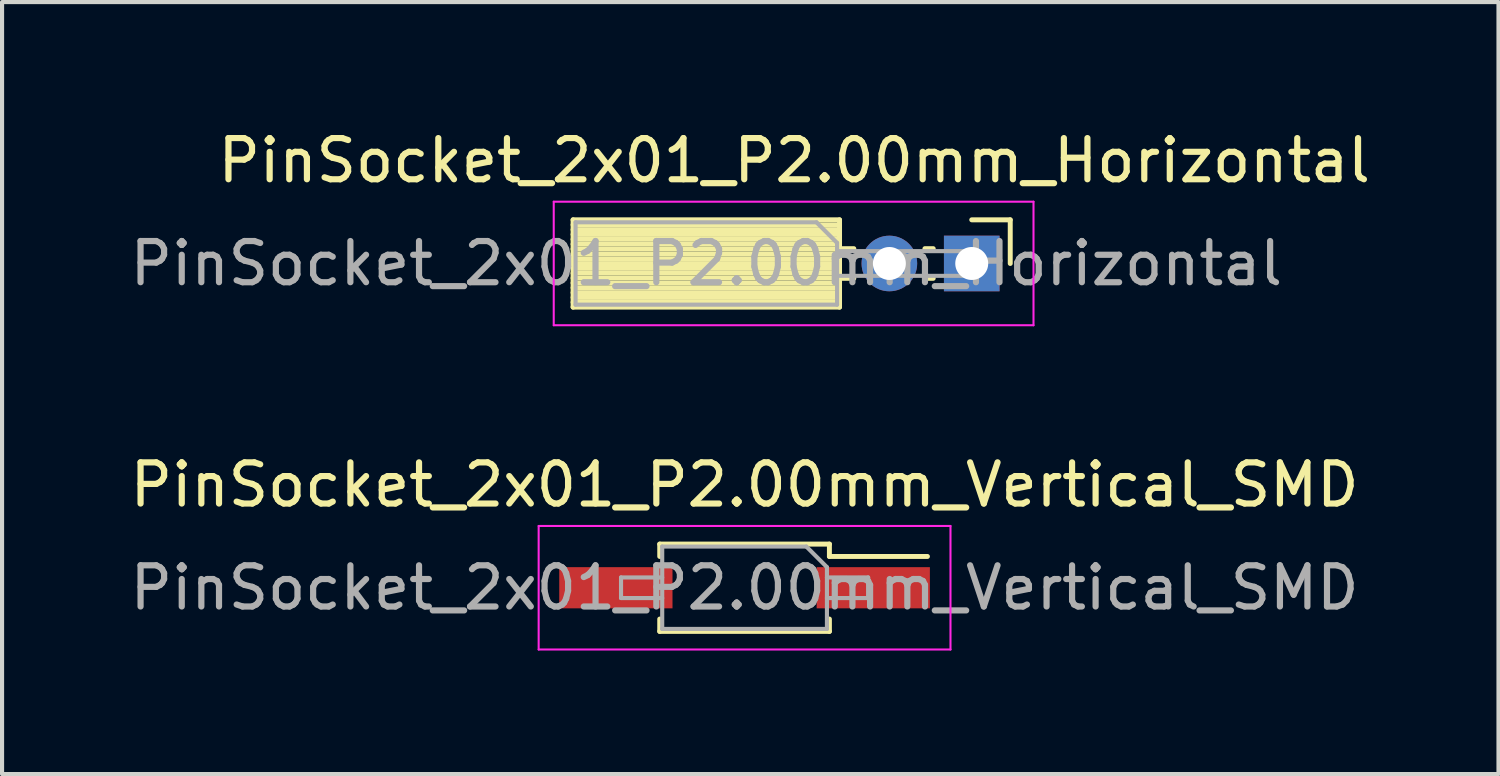
<source format=kicad_pcb>
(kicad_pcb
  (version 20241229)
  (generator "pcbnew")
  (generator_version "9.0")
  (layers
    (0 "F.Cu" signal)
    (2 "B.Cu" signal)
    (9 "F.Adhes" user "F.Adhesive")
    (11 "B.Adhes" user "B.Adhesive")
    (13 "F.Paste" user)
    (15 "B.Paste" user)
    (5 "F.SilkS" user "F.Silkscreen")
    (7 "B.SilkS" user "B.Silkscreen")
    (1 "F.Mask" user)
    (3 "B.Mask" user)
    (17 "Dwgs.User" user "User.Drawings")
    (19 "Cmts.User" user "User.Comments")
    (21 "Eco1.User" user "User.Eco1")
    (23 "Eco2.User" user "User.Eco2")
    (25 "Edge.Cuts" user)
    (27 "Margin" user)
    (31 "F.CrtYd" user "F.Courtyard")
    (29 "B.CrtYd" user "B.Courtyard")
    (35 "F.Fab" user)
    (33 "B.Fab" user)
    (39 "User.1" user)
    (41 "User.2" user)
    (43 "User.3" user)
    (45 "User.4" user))
  (footprint "PinSocket_2x01_P2.00mm_Vertical_SMD"
    (layer "F.Cu")
    (at 15.03 11.222)
    (property "Reference" "PinSocket_2x01_P2.00mm_Vertical_SMD" (at 0 -2.5 0) (layer "F.SilkS") (effects (font (size 1 1) (thickness 0.15))))
    (attr smd)
    (fp_line (start -2.06 -1.06) (end -2.06 -0.76) (stroke (width 0.12) (type solid)) (layer "F.SilkS"))
    (fp_line (start -2.06 -1.06) (end 2.06 -1.06) (stroke (width 0.12) (type solid)) (layer "F.SilkS"))
    (fp_line (start -2.06 0.76) (end -2.06 1.06) (stroke (width 0.12) (type solid)) (layer "F.SilkS"))
    (fp_line (start -2.06 1.06) (end 2.06 1.06) (stroke (width 0.12) (type solid)) (layer "F.SilkS"))
    (fp_line (start 2.06 -1.06) (end 2.06 -0.76) (stroke (width 0.12) (type solid)) (layer "F.SilkS"))
    (fp_line (start 2.06 -0.76) (end 4.44 -0.76) (stroke (width 0.12) (type solid)) (layer "F.SilkS"))
    (fp_line (start 2.06 0.76) (end 2.06 1.06) (stroke (width 0.12) (type solid)) (layer "F.SilkS"))
    (fp_line (start -5 -1.5) (end 5 -1.5) (stroke (width 0.05) (type solid)) (layer "F.CrtYd"))
    (fp_line (start -5 1.5) (end -5 -1.5) (stroke (width 0.05) (type solid)) (layer "F.CrtYd"))
    (fp_line (start 5 -1.5) (end 5 1.5) (stroke (width 0.05) (type solid)) (layer "F.CrtYd"))
    (fp_line (start 5 1.5) (end -5 1.5) (stroke (width 0.05) (type solid)) (layer "F.CrtYd"))
    (fp_line (start -3 -0.25) (end -2 -0.25) (stroke (width 0.1) (type solid)) (layer "F.Fab"))
    (fp_line (start -3 0.25) (end -3 -0.25) (stroke (width 0.1) (type solid)) (layer "F.Fab"))
    (fp_line (start -2 -1) (end 1.5 -1) (stroke (width 0.1) (type solid)) (layer "F.Fab"))
    (fp_line (start -2 0.25) (end -3 0.25) (stroke (width 0.1) (type solid)) (layer "F.Fab"))
    (fp_line (start -2 1) (end -2 -1) (stroke (width 0.1) (type solid)) (layer "F.Fab"))
    (fp_line (start 1.5 -1) (end 2 -0.5) (stroke (width 0.1) (type solid)) (layer "F.Fab"))
    (fp_line (start 2 -0.5) (end 2 1) (stroke (width 0.1) (type solid)) (layer "F.Fab"))
    (fp_line (start 2 -0.25) (end 3 -0.25) (stroke (width 0.1) (type solid)) (layer "F.Fab"))
    (fp_line (start 2 1) (end -2 1) (stroke (width 0.1) (type solid)) (layer "F.Fab"))
    (fp_line (start 3 -0.25) (end 3 0.25) (stroke (width 0.1) (type solid)) (layer "F.Fab"))
    (fp_line (start 3 0.25) (end 2 0.25) (stroke (width 0.1) (type solid)) (layer "F.Fab"))
    (fp_text user "${REFERENCE}" (at 0 0 0) (layer "F.Fab") (effects (font (size 1 1) (thickness 0.15))))
    (pad "1" smd rect (at 3.125 0) (size 2.75 1) (layers "F.Cu" "F.Mask" "F.Paste"))
    (pad "2" smd rect (at -3.125 0) (size 2.75 1) (layers "F.Cu" "F.Mask" "F.Paste")))
  (footprint "PinSocket_2x01_P2.00mm_Horizontal"
    (layer "F.Cu")
    (at 20.546 3.348)
    (property "Reference" "PinSocket_2x01_P2.00mm_Horizontal" (at -4.31 -2.5 0) (layer "F.SilkS") (effects (font (size 1 1) (thickness 0.15))))
    (attr through_hole)
    (fp_line (start -9.68 -1.06) (end -9.68 1.06) (stroke (width 0.12) (type solid)) (layer "F.SilkS"))
    (fp_line (start -9.68 -1.06) (end -3.21 -1.06) (stroke (width 0.12) (type solid)) (layer "F.SilkS"))
    (fp_line (start -9.68 -0.94) (end -3.21 -0.94) (stroke (width 0.12) (type solid)) (layer "F.SilkS"))
    (fp_line (start -9.68 -0.822) (end -3.21 -0.822) (stroke (width 0.12) (type solid)) (layer "F.SilkS"))
    (fp_line (start -9.68 -0.705) (end -3.21 -0.705) (stroke (width 0.12) (type solid)) (layer "F.SilkS"))
    (fp_line (start -9.68 -0.587) (end -3.21 -0.587) (stroke (width 0.12) (type solid)) (layer "F.SilkS"))
    (fp_line (start -9.68 -0.469) (end -3.21 -0.469) (stroke (width 0.12) (type solid)) (layer "F.SilkS"))
    (fp_line (start -9.68 -0.352) (end -3.21 -0.352) (stroke (width 0.12) (type solid)) (layer "F.SilkS"))
    (fp_line (start -9.68 -0.234) (end -3.21 -0.234) (stroke (width 0.12) (type solid)) (layer "F.SilkS"))
    (fp_line (start -9.68 -0.116) (end -3.21 -0.116) (stroke (width 0.12) (type solid)) (layer "F.SilkS"))
    (fp_line (start -9.68 0.001) (end -3.21 0.001) (stroke (width 0.12) (type solid)) (layer "F.SilkS"))
    (fp_line (start -9.68 0.119) (end -3.21 0.119) (stroke (width 0.12) (type solid)) (layer "F.SilkS"))
    (fp_line (start -9.68 0.236) (end -3.21 0.236) (stroke (width 0.12) (type solid)) (layer "F.SilkS"))
    (fp_line (start -9.68 0.354) (end -3.21 0.354) (stroke (width 0.12) (type solid)) (layer "F.SilkS"))
    (fp_line (start -9.68 0.472) (end -3.21 0.472) (stroke (width 0.12) (type solid)) (layer "F.SilkS"))
    (fp_line (start -9.68 0.589) (end -3.21 0.589) (stroke (width 0.12) (type solid)) (layer "F.SilkS"))
    (fp_line (start -9.68 0.707) (end -3.21 0.707) (stroke (width 0.12) (type solid)) (layer "F.SilkS"))
    (fp_line (start -9.68 0.825) (end -3.21 0.825) (stroke (width 0.12) (type solid)) (layer "F.SilkS"))
    (fp_line (start -9.68 0.942) (end -3.21 0.942) (stroke (width 0.12) (type solid)) (layer "F.SilkS"))
    (fp_line (start -9.68 1.06) (end -3.21 1.06) (stroke (width 0.12) (type solid)) (layer "F.SilkS"))
    (fp_line (start -3.21 -1.06) (end -3.21 1.06) (stroke (width 0.12) (type solid)) (layer "F.SilkS"))
    (fp_line (start -3.21 -0.36) (end -2.863 -0.36) (stroke (width 0.12) (type solid)) (layer "F.SilkS"))
    (fp_line (start -3.21 0.36) (end -2.863 0.36) (stroke (width 0.12) (type solid)) (layer "F.SilkS"))
    (fp_line (start -1.137 -0.36) (end -0.935 -0.36) (stroke (width 0.12) (type solid)) (layer "F.SilkS"))
    (fp_line (start -1.137 0.36) (end -0.935 0.36) (stroke (width 0.12) (type solid)) (layer "F.SilkS"))
    (fp_line (start 0 -1.06) (end 0.935 -1.06) (stroke (width 0.12) (type solid)) (layer "F.SilkS"))
    (fp_line (start 0.935 -1.06) (end 0.935 0) (stroke (width 0.12) (type solid)) (layer "F.SilkS"))
    (fp_line (start -10.15 -1.5) (end -10.15 1.5) (stroke (width 0.05) (type solid)) (layer "F.CrtYd"))
    (fp_line (start -10.15 1.5) (end 1.5 1.5) (stroke (width 0.05) (type solid)) (layer "F.CrtYd"))
    (fp_line (start 1.5 -1.5) (end -10.15 -1.5) (stroke (width 0.05) (type solid)) (layer "F.CrtYd"))
    (fp_line (start 1.5 1.5) (end 1.5 -1.5) (stroke (width 0.05) (type solid)) (layer "F.CrtYd"))
    (fp_line (start -9.62 -1) (end -3.77 -1) (stroke (width 0.1) (type solid)) (layer "F.Fab"))
    (fp_line (start -9.62 1) (end -9.62 -1) (stroke (width 0.1) (type solid)) (layer "F.Fab"))
    (fp_line (start -3.77 -1) (end -3.27 -0.5) (stroke (width 0.1) (type solid)) (layer "F.Fab"))
    (fp_line (start -3.27 -0.5) (end -3.27 1) (stroke (width 0.1) (type solid)) (layer "F.Fab"))
    (fp_line (start -3.27 0.3) (end 0 0.3) (stroke (width 0.1) (type solid)) (layer "F.Fab"))
    (fp_line (start -3.27 1) (end -9.62 1) (stroke (width 0.1) (type solid)) (layer "F.Fab"))
    (fp_line (start 0 -0.3) (end -3.27 -0.3) (stroke (width 0.1) (type solid)) (layer "F.Fab"))
    (fp_line (start 0 0.3) (end 0 -0.3) (stroke (width 0.1) (type solid)) (layer "F.Fab"))
    (fp_text user "${REFERENCE}" (at -6.445 0 0) (layer "F.Fab") (effects (font (size 1 1) (thickness 0.15))))
    (pad "1" thru_hole rect (at 0 0) (size 1.35 1.35) (drill 0.8) (layers "*.Cu" "*.Mask"))
    (pad "2" thru_hole oval (at -2 0) (size 1.35 1.35) (drill 0.8) (layers "*.Cu" "*.Mask")))
  (gr_rect
    (start -3 -3)
    (end 33.337 15.746)
    (stroke (width 0.1) (type default))
    (fill no)
    (layer "Edge.Cuts")))
</source>
